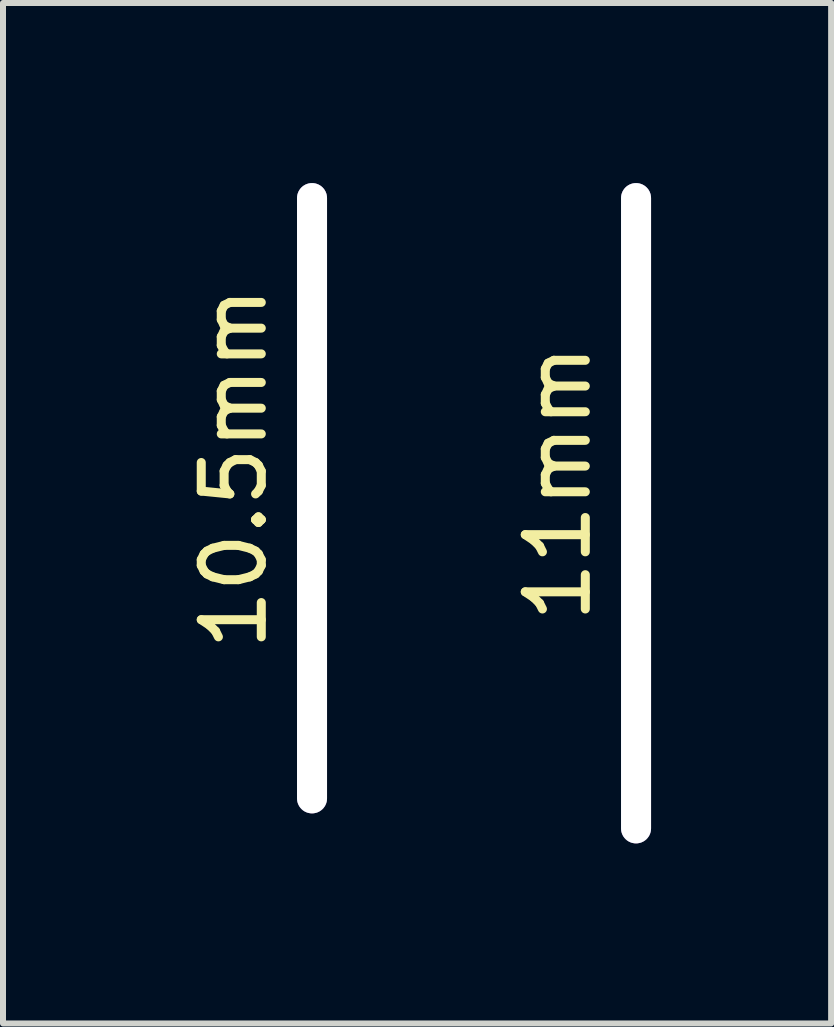
<source format=kicad_pcb>
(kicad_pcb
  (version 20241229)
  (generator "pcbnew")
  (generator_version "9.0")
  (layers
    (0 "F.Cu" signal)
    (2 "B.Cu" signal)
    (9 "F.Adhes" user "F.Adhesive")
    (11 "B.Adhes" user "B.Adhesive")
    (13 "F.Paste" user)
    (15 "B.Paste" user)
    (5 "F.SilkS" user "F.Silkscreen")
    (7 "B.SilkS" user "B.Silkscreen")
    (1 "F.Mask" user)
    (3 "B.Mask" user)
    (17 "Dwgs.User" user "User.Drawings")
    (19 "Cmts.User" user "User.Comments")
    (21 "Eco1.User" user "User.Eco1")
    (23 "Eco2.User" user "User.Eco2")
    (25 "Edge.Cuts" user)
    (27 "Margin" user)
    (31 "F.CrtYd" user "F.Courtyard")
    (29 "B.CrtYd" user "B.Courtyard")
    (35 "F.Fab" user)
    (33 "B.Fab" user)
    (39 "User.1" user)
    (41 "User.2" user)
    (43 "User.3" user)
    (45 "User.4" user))
  (footprint "10.5mm"
    (layer "F.Cu")
    (at 2.148 5.25)
    (property "Reference" "10.5mm" (at -1.3 -0.5 270) (layer "F.SilkS") (effects (font (size 1 1) (thickness 0.15))))
    (attr through_hole)
    (pad "1" thru_hole oval (at 0 0) (size 0.5 10.5) (drill oval 0.5 10.5) (layers "*.Cu" "*.Mask")))
  (footprint "11mm"
    (layer "F.Cu")
    (at 7.546 5.5)
    (property "Reference" "11mm" (at -1.3 -0.5 270) (layer "F.SilkS") (effects (font (size 1 1) (thickness 0.15))))
    (attr through_hole)
    (pad "1" thru_hole oval (at 0 0) (size 0.5 11) (drill oval 0.5 11) (layers "*.Cu" "*.Mask")))
  (gr_rect
    (start -3 -3)
    (end 10.796 14)
    (stroke (width 0.1) (type default))
    (fill no)
    (layer "Edge.Cuts")))
</source>
